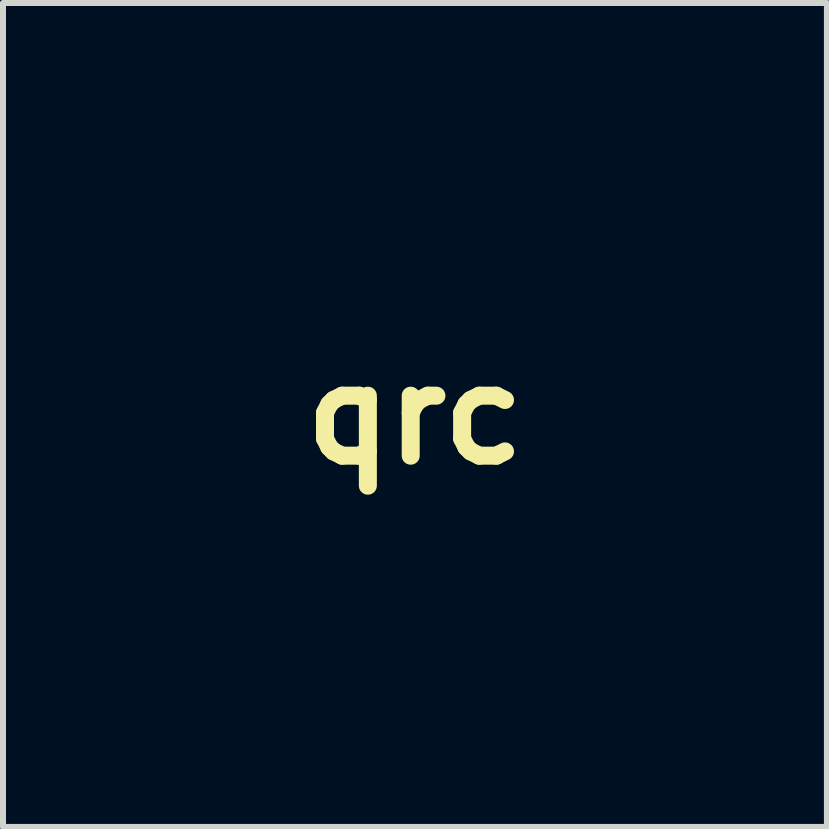
<source format=kicad_pcb>
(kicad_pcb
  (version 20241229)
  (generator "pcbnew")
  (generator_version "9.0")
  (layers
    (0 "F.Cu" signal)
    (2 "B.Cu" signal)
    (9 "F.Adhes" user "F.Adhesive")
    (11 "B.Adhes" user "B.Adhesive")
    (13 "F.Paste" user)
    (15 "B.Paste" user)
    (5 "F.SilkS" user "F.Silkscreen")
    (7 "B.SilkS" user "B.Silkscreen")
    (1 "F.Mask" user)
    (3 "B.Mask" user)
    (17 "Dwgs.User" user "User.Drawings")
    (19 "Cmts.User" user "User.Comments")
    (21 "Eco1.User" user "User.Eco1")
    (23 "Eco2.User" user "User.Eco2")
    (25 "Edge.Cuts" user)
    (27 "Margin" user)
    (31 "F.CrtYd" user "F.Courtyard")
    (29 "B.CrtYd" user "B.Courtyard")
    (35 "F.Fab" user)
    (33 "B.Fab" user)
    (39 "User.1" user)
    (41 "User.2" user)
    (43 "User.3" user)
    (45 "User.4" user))
  (footprint "qrc"
    (layer "F.Cu")
    (at 3.867 3.867)
    (property "Reference" "qrc" (at 0 0 0) (layer "F.SilkS") (effects (font (size 1.5 1.5) (thickness 0.3))))
    (attr board_only exclude_from_pos_files exclude_from_bom)
    (fp_poly (pts (xy -3.067 0) (xy -3.067 0.133) (xy -3.2 0.133) (xy -3.333 0.133) (xy -3.333 0) (xy -3.333 -0.133) (xy -3.2 -0.133) (xy -3.067 -0.133)) (stroke (width 0) (type solid)) (fill yes) (layer "F.Mask"))
    (fp_poly (pts (xy -2.533 -2.933) (xy -2.533 -2.533) (xy -2.933 -2.533) (xy -3.333 -2.533) (xy -3.333 -2.933) (xy -3.333 -3.333) (xy -2.933 -3.333) (xy -2.533 -3.333)) (stroke (width 0) (type solid)) (fill yes) (layer "F.Mask"))
    (fp_poly (pts (xy -2.533 2.933) (xy -2.533 3.333) (xy -2.933 3.333) (xy -3.333 3.333) (xy -3.333 2.933) (xy -3.333 2.533) (xy -2.933 2.533) (xy -2.533 2.533)) (stroke (width 0) (type solid)) (fill yes) (layer "F.Mask"))
    (fp_poly (pts (xy -2 -1.6) (xy -2 -1.467) (xy -2.133 -1.467) (xy -2.267 -1.467) (xy -2.267 -1.6) (xy -2.267 -1.733) (xy -2.133 -1.733) (xy -2 -1.733)) (stroke (width 0) (type solid)) (fill yes) (layer "F.Mask"))
    (fp_poly (pts (xy -1.733 0.267) (xy -1.733 0.4) (xy -1.867 0.4) (xy -2 0.4) (xy -2 0.267) (xy -2 0.133) (xy -1.867 0.133) (xy -1.733 0.133)) (stroke (width 0) (type solid)) (fill yes) (layer "F.Mask"))
    (fp_poly (pts (xy -1.467 3.6) (xy -1.467 3.867) (xy -1.6 3.867) (xy -1.733 3.867) (xy -1.733 3.6) (xy -1.733 3.333) (xy -1.6 3.333) (xy -1.467 3.333)) (stroke (width 0) (type solid)) (fill yes) (layer "F.Mask"))
    (fp_poly (pts (xy -0.4 -1.067) (xy -0.4 -0.933) (xy -0.533 -0.933) (xy -0.667 -0.933) (xy -0.667 -1.067) (xy -0.667 -1.2) (xy -0.533 -1.2) (xy -0.4 -1.2)) (stroke (width 0) (type solid)) (fill yes) (layer "F.Mask"))
    (fp_poly (pts (xy 0.4 0.533) (xy 0.4 0.667) (xy 0.267 0.667) (xy 0.133 0.667) (xy 0.133 0.533) (xy 0.133 0.4) (xy 0.267 0.4) (xy 0.4 0.4)) (stroke (width 0) (type solid)) (fill yes) (layer "F.Mask"))
    (fp_poly (pts (xy 1.733 1.067) (xy 1.733 1.2) (xy 1.467 1.2) (xy 1.2 1.2) (xy 1.2 1.067) (xy 1.2 0.933) (xy 1.467 0.933) (xy 1.733 0.933)) (stroke (width 0) (type solid)) (fill yes) (layer "F.Mask"))
    (fp_poly (pts (xy 2 0.267) (xy 2 0.4) (xy 1.867 0.4) (xy 1.733 0.4) (xy 1.733 0.267) (xy 1.733 0.133) (xy 1.867 0.133) (xy 2 0.133)) (stroke (width 0) (type solid)) (fill yes) (layer "F.Mask"))
    (fp_poly (pts (xy 2.267 2.133) (xy 2.267 2.267) (xy 2.133 2.267) (xy 2 2.267) (xy 2 2.133) (xy 2 2) (xy 2.133 2) (xy 2.267 2)) (stroke (width 0) (type solid)) (fill yes) (layer "F.Mask"))
    (fp_poly (pts (xy 3.333 -2.933) (xy 3.333 -2.533) (xy 2.933 -2.533) (xy 2.533 -2.533) (xy 2.533 -2.933) (xy 2.533 -3.333) (xy 2.933 -3.333) (xy 3.333 -3.333)) (stroke (width 0) (type solid)) (fill yes) (layer "F.Mask"))
    (fp_poly (pts (xy 3.6 0.8) (xy 3.6 0.933) (xy 3.467 0.933) (xy 3.333 0.933) (xy 3.333 0.8) (xy 3.333 0.667) (xy 3.467 0.667) (xy 3.6 0.667)) (stroke (width 0) (type solid)) (fill yes) (layer "F.Mask"))
    (fp_poly (pts (xy 3.867 -1.467) (xy 3.867 -1.2) (xy 3.733 -1.2) (xy 3.6 -1.2) (xy 3.6 -1.467) (xy 3.6 -1.733) (xy 3.733 -1.733) (xy 3.867 -1.733)) (stroke (width 0) (type solid)) (fill yes) (layer "F.Mask"))
    (fp_poly (pts (xy 3.867 -0.533) (xy 3.867 -0.4) (xy 3.733 -0.4) (xy 3.6 -0.4) (xy 3.6 -0.533) (xy 3.6 -0.667) (xy 3.733 -0.667) (xy 3.867 -0.667)) (stroke (width 0) (type solid)) (fill yes) (layer "F.Mask"))
    (fp_poly (pts (xy -0.933 -1.333) (xy -0.933 -1.2) (xy -1.067 -1.2) (xy -1.2 -1.2) (xy -1.2 -1.067) (xy -1.2 -0.933) (xy -1.333 -0.933) (xy -1.467 -0.933) (xy -1.467 -1.067) (xy -1.467 -1.2) (xy -1.333 -1.2) (xy -1.2 -1.2) (xy -1.2 -1.333) (xy -1.2 -1.467) (xy -1.067 -1.467) (xy -0.933 -1.467)) (stroke (width 0) (type solid)) (fill yes) (layer "F.Mask"))
    (fp_poly (pts (xy -2 -2.933) (xy -2 -2) (xy -2.933 -2) (xy -3.867 -2) (xy -3.867 -2.933) (xy -3.867 -3.6) (xy -3.567 -3.6) (xy -3.567 -2.933) (xy -3.567 -2.267) (xy -2.917 -2.267) (xy -2.267 -2.267) (xy -2.267 -2.933) (xy -2.267 -3.6) (xy -2.917 -3.6) (xy -3.567 -3.6) (xy -3.867 -3.6) (xy -3.867 -3.867) (xy -2.933 -3.867) (xy -2 -3.867)) (stroke (width 0) (type solid)) (fill yes) (layer "F.Mask"))
    (fp_poly (pts (xy -2 2.933) (xy -2 3.867) (xy -2.933 3.867) (xy -3.867 3.867) (xy -3.867 2.933) (xy -3.867 2.267) (xy -3.567 2.267) (xy -3.567 2.933) (xy -3.567 3.6) (xy -2.917 3.6) (xy -2.267 3.6) (xy -2.267 2.933) (xy -2.267 2.267) (xy -2.917 2.267) (xy -3.567 2.267) (xy -3.867 2.267) (xy -3.867 2) (xy -2.933 2) (xy -2 2)) (stroke (width 0) (type solid)) (fill yes) (layer "F.Mask"))
    (fp_poly (pts (xy 3.867 -2.933) (xy 3.867 -2) (xy 2.933 -2) (xy 2 -2) (xy 2 -2.933) (xy 2 -3.6) (xy 2.3 -3.6) (xy 2.3 -2.933) (xy 2.3 -2.267) (xy 2.95 -2.267) (xy 3.6 -2.267) (xy 3.6 -2.933) (xy 3.6 -3.6) (xy 2.95 -3.6) (xy 2.3 -3.6) (xy 2 -3.6) (xy 2 -3.867) (xy 2.933 -3.867) (xy 3.867 -3.867)) (stroke (width 0) (type solid)) (fill yes) (layer "F.Mask"))
    (fp_poly (pts (xy -3.333 -1.6) (xy -3.333 -1.467) (xy -3.2 -1.467) (xy -3.067 -1.467) (xy -3.067 -1.333) (xy -3.067 -1.2) (xy -2.933 -1.2) (xy -2.8 -1.2) (xy -2.8 -1.333) (xy -2.8 -1.467) (xy -2.933 -1.467) (xy -3.067 -1.467) (xy -3.067 -1.6) (xy -3.067 -1.733) (xy -2.8 -1.733) (xy -2.533 -1.733) (xy -2.533 -1.333) (xy -2.533 -0.933) (xy -2.4 -0.933) (xy -2.267 -0.933) (xy -2.267 -1.067) (xy -2.267 -1.2) (xy -2.133 -1.2) (xy -2 -1.2) (xy -2 -1.067) (xy -2 -0.933) (xy -2.133 -0.933) (xy -2.267 -0.933) (xy -2.267 -0.8) (xy -2.267 -0.667) (xy -2.4 -0.667) (xy -2.533 -0.667) (xy -2.533 -0.533) (xy -2.533 -0.4) (xy -2.667 -0.4) (xy -2.8 -0.4) (xy -2.8 -0.267) (xy -2.8 -0.133) (xy -2.933 -0.133) (xy -3.067 -0.133) (xy -3.067 -0.267) (xy -3.067 -0.4) (xy -3.2 -0.4) (xy -3.333 -0.4) (xy -3.333 -0.267) (xy -3.333 -0.133) (xy -3.467 -0.133) (xy -3.6 -0.133) (xy -3.6 0) (xy -3.6 0.133) (xy -3.733 0.133) (xy -3.867 0.133) (xy -3.867 -0.133) (xy -3.867 -0.4) (xy -3.6 -0.4) (xy -3.333 -0.4) (xy -3.333 -0.533) (xy -3.333 -0.667) (xy -3.067 -0.667) (xy -2.8 -0.667) (xy -2.8 -0.8) (xy -2.8 -0.933) (xy -3.2 -0.933) (xy -3.6 -0.933) (xy -3.6 -0.8) (xy -3.6 -0.667) (xy -3.733 -0.667) (xy -3.867 -0.667) (xy -3.867 -1.2) (xy -3.867 -1.733) (xy -3.6 -1.733) (xy -3.333 -1.733)) (stroke (width 0) (type solid)) (fill yes) (layer "F.Mask"))
    (fp_poly (pts (xy -0.667 -3.733) (xy -0.667 -3.6) (xy -0.533 -3.6) (xy -0.4 -3.6) (xy -0.4 -3.733) (xy -0.4 -3.867) (xy 0 -3.867) (xy 0.4 -3.867) (xy 0.4 -3.6) (xy 0.4 -3.333) (xy 0.267 -3.333) (xy 0.133 -3.333) (xy 0.133 -3.2) (xy 0.133 -3.067) (xy 0.267 -3.067) (xy 0.4 -3.067) (xy 0.4 -2.8) (xy 0.4 -2.533) (xy 0.267 -2.533) (xy 0.133 -2.533) (xy 0.133 -2.133) (xy 0.133 -1.733) (xy 0.4 -1.733) (xy 0.667 -1.733) (xy 0.667 -1.867) (xy 0.667 -2) (xy 0.533 -2) (xy 0.4 -2) (xy 0.4 -2.133) (xy 0.4 -2.267) (xy 0.533 -2.267) (xy 0.667 -2.267) (xy 0.667 -2.133) (xy 0.667 -2) (xy 0.8 -2) (xy 0.933 -2) (xy 0.933 -2.267) (xy 0.933 -2.533) (xy 0.8 -2.533) (xy 0.667 -2.533) (xy 0.667 -3.2) (xy 0.667 -3.867) (xy 0.8 -3.867) (xy 0.933 -3.867) (xy 0.933 -3.6) (xy 0.933 -3.333) (xy 1.067 -3.333) (xy 1.2 -3.333) (xy 1.2 -3.2) (xy 1.2 -3.067) (xy 1.067 -3.067) (xy 0.933 -3.067) (xy 0.933 -2.8) (xy 0.933 -2.533) (xy 1.067 -2.533) (xy 1.2 -2.533) (xy 1.2 -2.667) (xy 1.2 -2.8) (xy 1.333 -2.8) (xy 1.467 -2.8) (xy 1.467 -3.2) (xy 1.467 -3.6) (xy 1.333 -3.6) (xy 1.2 -3.6) (xy 1.2 -3.733) (xy 1.2 -3.867) (xy 1.467 -3.867) (xy 1.733 -3.867) (xy 1.733 -3.333) (xy 1.733 -2.8) (xy 1.6 -2.8) (xy 1.467 -2.8) (xy 1.467 -2.533) (xy 1.467 -2.267) (xy 1.333 -2.267) (xy 1.2 -2.267) (xy 1.2 -2) (xy 1.2 -1.733) (xy 1.067 -1.733) (xy 0.933 -1.733) (xy 0.933 -1.6) (xy 0.933 -1.467) (xy 0.533 -1.467) (xy 0.133 -1.467) (xy 0.133 -1.2) (xy 0.133 -0.933) (xy 0.267 -0.933) (xy 0.4 -0.933) (xy 0.4 -0.8) (xy 0.4 -0.667) (xy 0.533 -0.667) (xy 0.667 -0.667) (xy 0.667 -0.8) (xy 0.667 -0.933) (xy 0.8 -0.933) (xy 0.933 -0.933) (xy 0.933 -0.667) (xy 0.933 -0.4) (xy 1.067 -0.4) (xy 1.2 -0.4) (xy 1.2 -0.667) (xy 1.2 -0.933) (xy 1.333 -0.933) (xy 1.467 -0.933) (xy 1.467 -1.067) (xy 1.467 -1.2) (xy 1.6 -1.2) (xy 1.733 -1.2) (xy 1.733 -1.067) (xy 1.733 -0.933) (xy 1.867 -0.933) (xy 2 -0.933) (xy 2 -0.8) (xy 2 -0.667) (xy 2.133 -0.667) (xy 2.267 -0.667) (xy 2.267 -0.533) (xy 2.267 -0.4) (xy 2.4 -0.4) (xy 2.533 -0.4) (xy 2.533 -0.667) (xy 2.533 -0.933) (xy 2.667 -0.933) (xy 2.8 -0.933) (xy 2.8 -1.067) (xy 2.8 -1.2) (xy 2.667 -1.2) (xy 2.533 -1.2) (xy 2.533 -1.067) (xy 2.533 -0.933) (xy 2.4 -0.933) (xy 2.267 -0.933) (xy 2.267 -1.067) (xy 2.267 -1.2) (xy 2 -1.2) (xy 1.733 -1.2) (xy 1.733 -1.333) (xy 1.733 -1.467) (xy 1.467 -1.467) (xy 1.2 -1.467) (xy 1.2 -1.6) (xy 1.2 -1.733) (xy 1.333 -1.733) (xy 1.467 -1.733) (xy 1.467 -2) (xy 1.467 -2.267) (xy 1.6 -2.267) (xy 1.733 -2.267) (xy 1.733 -1.867) (xy 1.733 -1.467) (xy 1.867 -1.467) (xy 2 -1.467) (xy 2 -1.6) (xy 2 -1.733) (xy 2.133 -1.733) (xy 2.267 -1.733) (xy 2.267 -1.467) (xy 2.267 -1.2) (xy 2.4 -1.2) (xy 2.533 -1.2) (xy 2.533 -1.333) (xy 2.533 -1.467) (xy 2.933 -1.467) (xy 3.333 -1.467) (xy 3.333 -1.333) (xy 3.333 -1.2) (xy 3.2 -1.2) (xy 3.067 -1.2) (xy 3.067 -0.933) (xy 3.067 -0.667) (xy 3.2 -0.667) (xy 3.333 -0.667) (xy 3.333 -0.8) (xy 3.333 -0.933) (xy 3.467 -0.933) (xy 3.6 -0.933) (xy 3.6 -0.8) (xy 3.6 -0.667) (xy 3.467 -0.667) (xy 3.333 -0.667) (xy 3.333 -0.4) (xy 3.333 -0.133) (xy 3.467 -0.133) (xy 3.6 -0.133) (xy 3.6 0) (xy 3.6 0.133) (xy 3.467 0.133) (xy 3.333 0.133) (xy 3.333 0.4) (xy 3.333 0.667) (xy 3.2 0.667) (xy 3.067 0.667) (xy 3.067 0.8) (xy 3.067 0.933) (xy 2.667 0.933) (xy 2.267 0.933) (xy 2.267 1.067) (xy 2.267 1.2) (xy 2.933 1.2) (xy 3.6 1.2) (xy 3.6 1.333) (xy 3.6 1.467) (xy 3.733 1.467) (xy 3.867 1.467) (xy 3.867 1.733) (xy 3.867 2) (xy 3.733 2) (xy 3.6 2) (xy 3.6 1.867) (xy 3.6 1.733) (xy 3.467 1.733) (xy 3.333 1.733) (xy 3.333 1.867) (xy 3.333 2) (xy 3.2 2) (xy 3.067 2) (xy 3.067 2.133) (xy 3.067 2.267) (xy 2.933 2.267) (xy 2.8 2.267) (xy 2.8 2.4) (xy 2.8 2.533) (xy 2.933 2.533) (xy 3.067 2.533) (xy 3.067 2.4) (xy 3.067 2.267) (xy 3.2 2.267) (xy 3.333 2.267) (xy 3.333 2.4) (xy 3.333 2.533) (xy 3.2 2.533) (xy 3.067 2.533) (xy 3.067 2.667) (xy 3.067 2.8) (xy 3.2 2.8) (xy 3.333 2.8) (xy 3.333 2.667) (xy 3.333 2.533) (xy 3.467 2.533) (xy 3.6 2.533) (xy 3.6 2.8) (xy 3.6 3.067) (xy 3.733 3.067) (xy 3.867 3.067) (xy 3.867 3.2) (xy 3.867 3.333) (xy 3.733 3.333) (xy 3.6 3.333) (xy 3.6 3.467) (xy 3.6 3.6) (xy 3.467 3.6) (xy 3.333 3.6) (xy 3.333 3.467) (xy 3.333 3.333) (xy 3.2 3.333) (xy 3.067 3.333) (xy 3.067 3.6) (xy 3.067 3.867) (xy 2.533 3.867) (xy 2 3.867) (xy 2 3.733) (xy 2 3.6) (xy 2.267 3.6) (xy 2.533 3.6) (xy 2.8 3.6) (xy 2.8 3.2) (xy 2.8 2.8) (xy 2.667 2.8) (xy 2.533 2.8) (xy 2.533 3.067) (xy 2.533 3.333) (xy 2.4 3.333) (xy 2.267 3.333) (xy 2.267 3.467) (xy 2.267 3.6) (xy 2 3.6) (xy 1.867 3.6) (xy 1.733 3.6) (xy 1.733 3.733) (xy 1.733 3.867) (xy 1.6 3.867) (xy 1.467 3.867) (xy 1.467 3.733) (xy 1.467 3.6) (xy 1.6 3.6) (xy 1.733 3.6) (xy 1.733 3.467) (xy 1.733 3.333) (xy 1.867 3.333) (xy 2 3.333) (xy 2 3.2) (xy 2 3.067) (xy 1.867 3.067) (xy 1.733 3.067) (xy 1.733 2.933) (xy 1.733 2.8) (xy 2 2.8) (xy 2 2.933) (xy 2 3.067) (xy 2.133 3.067) (xy 2.267 3.067) (xy 2.267 2.933) (xy 2.267 2.8) (xy 2.133 2.8) (xy 2 2.8) (xy 1.733 2.8) (xy 1.467 2.8) (xy 1.2 2.8) (xy 1.2 2.933) (xy 1.2 3.067) (xy 1.067 3.067) (xy 0.933 3.067) (xy 0.933 3.2) (xy 0.933 3.333) (xy 1.067 3.333) (xy 1.2 3.333) (xy 1.2 3.467) (xy 1.2 3.6) (xy 0.933 3.6) (xy 0.667 3.6) (xy 0.667 3.733) (xy 0.667 3.867) (xy 0.267 3.867) (xy -0.133 3.867) (xy -0.133 3.733) (xy -0.133 3.6) (xy 0 3.6) (xy 0.133 3.6) (xy 0.133 3.333) (xy 0.4 3.333) (xy 0.4 3.467) (xy 0.4 3.6) (xy 0.533 3.6) (xy 0.667 3.6) (xy 0.667 3.467) (xy 0.667 3.333) (xy 0.533 3.333) (xy 0.4 3.333) (xy 0.133 3.333) (xy 0.133 3.067) (xy 0 3.067) (xy -0.133 3.067) (xy -0.133 3.2) (xy -0.133 3.333) (xy -0.4 3.333) (xy -0.667 3.333) (xy -0.667 3.467) (xy -0.667 3.6) (xy -0.8 3.6) (xy -0.933 3.6) (xy -0.933 3.467) (xy -0.933 3.333) (xy -1.067 3.333) (xy -1.2 3.333) (xy -1.2 3.2) (xy -1.2 3.067) (xy -0.8 3.067) (xy -0.4 3.067) (xy -0.4 2.933) (xy -0.4 2.8) (xy -0.667 2.8) (xy -0.933 2.8) (xy -0.933 2.667) (xy -0.933 2.533) (xy -1.2 2.533) (xy -1.467 2.533) (xy -1.467 2.8) (xy -1.467 3.067) (xy -1.6 3.067) (xy -1.733 3.067) (xy -1.733 2.8) (xy -1.733 2.533) (xy -1.6 2.533) (xy -1.467 2.533) (xy -1.467 2.4) (xy -1.467 2.267) (xy -1.2 2.267) (xy -0.933 2.267) (xy -0.933 2.133) (xy -0.933 2) (xy -0.8 2) (xy -0.667 2) (xy -0.667 2.133) (xy -0.667 2.267) (xy -0.533 2.267) (xy -0.4 2.267) (xy -0.4 2.133) (xy -0.4 2) (xy -0.533 2) (xy -0.667 2) (xy -0.667 1.867) (xy -0.667 1.733) (xy -0.933 1.733) (xy -1.2 1.733) (xy -1.2 1.867) (xy -1.2 2) (xy -1.467 2) (xy -1.733 2) (xy -1.733 1.867) (xy -1.733 1.733) (xy -2.267 1.733) (xy -2.8 1.733) (xy -2.8 1.6) (xy -2.8 1.467) (xy -2.933 1.467) (xy -3.067 1.467) (xy -3.067 1.6) (xy -3.067 1.733) (xy -3.467 1.733) (xy -3.867 1.733) (xy -3.867 1.067) (xy -3.867 0.4) (xy -3.733 0.4) (xy -3.6 0.4) (xy -3.6 0.667) (xy -3.6 0.933) (xy -3.467 0.933) (xy -3.333 0.933) (xy -3.333 1.067) (xy -3.333 1.2) (xy -3.2 1.2) (xy -3.067 1.2) (xy -2.533 1.2) (xy -2.4 1.2) (xy -2.267 1.2) (xy -2.267 1.333) (xy -2.267 1.467) (xy -2 1.467) (xy -1.733 1.467) (xy -1.467 1.467) (xy -1.333 1.467) (xy -1.2 1.467) (xy -1.2 1.2) (xy -0.933 1.2) (xy -0.8 1.2) (xy -0.667 1.2) (xy -0.667 1.467) (xy -0.667 1.733) (xy -0.533 1.733) (xy -0.4 1.733) (xy -0.4 1.467) (xy -0.4 1.2) (xy -0.533 1.2) (xy -0.667 1.2) (xy -0.667 1.067) (xy -0.667 0.933) (xy 0 0.933) (xy 0.667 0.933) (xy 0.667 1.067) (xy 0.667 1.2) (xy 0.8 1.2) (xy 0.933 1.2) (xy 0.933 1.333) (xy 0.933 1.467) (xy 0.8 1.467) (xy 0.667 1.467) (xy 0.667 1.867) (xy 0.667 2.267) (xy 0.533 2.267) (xy 0.4 2.267) (xy 0.4 2.533) (xy 0.4 2.8) (xy 0.267 2.8) (xy 0.133 2.8) (xy 0.133 2) (xy 0.133 1.2) (xy 0 1.2) (xy -0.133 1.2) (xy -0.133 2) (xy -0.133 2.8) (xy 0 2.8) (xy 0.133 2.8) (xy 0.133 2.933) (xy 0.133 3.067) (xy 0.533 3.067) (xy 0.933 3.067) (xy 0.933 2.8) (xy 0.933 2.533) (xy 0.8 2.533) (xy 0.667 2.533) (xy 0.667 2.4) (xy 0.667 2.267) (xy 0.933 2.267) (xy 1.2 2.267) (xy 1.2 2.133) (xy 1.2 2) (xy 1.067 2) (xy 0.933 2) (xy 0.933 1.733) (xy 1.733 1.733) (xy 1.733 2.133) (xy 1.733 2.533) (xy 2.133 2.533) (xy 2.533 2.533) (xy 2.533 2.133) (xy 2.533 1.733) (xy 2.133 1.733) (xy 1.733 1.733) (xy 0.933 1.733) (xy 0.933 1.467) (xy 1.467 1.467) (xy 2 1.467) (xy 2.8 1.467) (xy 2.8 1.733) (xy 2.8 2) (xy 2.933 2) (xy 3.067 2) (xy 3.067 1.733) (xy 3.067 1.467) (xy 2.933 1.467) (xy 2.8 1.467) (xy 2 1.467) (xy 2 1.067) (xy 2 0.667) (xy 2.267 0.667) (xy 2.533 0.667) (xy 2.533 0.533) (xy 2.533 0.4) (xy 2.4 0.4) (xy 2.267 0.4) (xy 2.267 0.267) (xy 2.267 0.133) (xy 2.533 0.133) (xy 2.667 0.133) (xy 2.8 0.133) (xy 2.8 0.4) (xy 2.8 0.667) (xy 2.933 0.667) (xy 3.067 0.667) (xy 3.067 0.133) (xy 3.067 -0.4) (xy 2.933 -0.4) (xy 2.8 -0.4) (xy 2.8 -0.267) (xy 2.8 -0.133) (xy 2.667 -0.133) (xy 2.533 -0.133) (xy 2.533 0) (xy 2.533 0.133) (xy 2.267 0.133) (xy 2.133 0.133) (xy 2 0.133) (xy 2 -0.133) (xy 2 -0.4) (xy 1.6 -0.4) (xy 1.2 -0.4) (xy 1.2 -0.267) (xy 1.2 -0.133) (xy 1.067 -0.133) (xy 0.933 -0.133) (xy 0.933 0) (xy 0.933 0.133) (xy 1.067 0.133) (xy 1.2 0.133) (xy 1.2 0) (xy 1.2 -0.133) (xy 1.467 -0.133) (xy 1.733 -0.133) (xy 1.733 0) (xy 1.733 0.133) (xy 1.6 0.133) (xy 1.467 0.133) (xy 1.467 0.267) (xy 1.467 0.4) (xy 1.333 0.4) (xy 1.2 0.4) (xy 1.2 0.533) (xy 1.2 0.667) (xy 1.067 0.667) (xy 0.933 0.667) (xy 0.933 0.8) (xy 0.933 0.933) (xy 0.8 0.933) (xy 0.667 0.933) (xy 0.667 0.667) (xy 0.667 0.4) (xy 0.533 0.4) (xy 0.4 0.4) (xy 0.4 0.267) (xy 0.4 0.133) (xy 0.267 0.133) (xy 0.133 0.133) (xy 0.133 0.267) (xy 0.133 0.4) (xy -0.133 0.4) (xy -0.4 0.4) (xy -0.4 0.533) (xy -0.4 0.667) (xy -0.533 0.667) (xy -0.667 0.667) (xy -0.667 0.8) (xy -0.667 0.933) (xy -0.8 0.933) (xy -0.933 0.933) (xy -0.933 1.067) (xy -0.933 1.2) (xy -1.2 1.2) (xy -1.2 1.067) (xy -1.2 0.667) (xy -1.067 0.667) (xy -0.933 0.667) (xy -0.933 0.533) (xy -0.933 0.4) (xy -1.067 0.4) (xy -1.2 0.4) (xy -1.2 0.533) (xy -1.2 0.667) (xy -1.333 0.667) (xy -1.467 0.667) (xy -1.467 1.067) (xy -1.467 1.467) (xy -1.733 1.467) (xy -1.733 1.333) (xy -1.733 1.2) (xy -2 1.2) (xy -2.267 1.2) (xy -2.267 1.067) (xy -2.267 0.933) (xy -2 0.933) (xy -1.733 0.933) (xy -1.733 0.667) (xy -1.733 0.4) (xy -1.6 0.4) (xy -1.467 0.4) (xy -1.467 0.267) (xy -1.467 0.133) (xy -1.6 0.133) (xy -1.733 0.133) (xy -1.733 0) (xy -1.733 -0.133) (xy -1.867 -0.133) (xy -2 -0.133) (xy -2 0) (xy -2 0.133) (xy -2.133 0.133) (xy -2.267 0.133) (xy -2.267 0.267) (xy -2.267 0.4) (xy -2.133 0.4) (xy -2 0.4) (xy -2 0.533) (xy -2 0.667) (xy -2.133 0.667) (xy -2.267 0.667) (xy -2.267 0.8) (xy -2.267 0.933) (xy -2.4 0.933) (xy -2.533 0.933) (xy -2.533 1.067) (xy -2.533 1.2) (xy -3.067 1.2) (xy -3.067 0.933) (xy -3.067 0.667) (xy -3.2 0.667) (xy -3.333 0.667) (xy -3.333 0.533) (xy -3.333 0.4) (xy -3.2 0.4) (xy -3.067 0.4) (xy -3.067 0.267) (xy -3.067 0.133) (xy -2.933 0.133) (xy -2.8 0.133) (xy -2.8 0.267) (xy -2.8 0.4) (xy -2.933 0.4) (xy -3.067 0.4) (xy -3.067 0.533) (xy -3.067 0.667) (xy -2.933 0.667) (xy -2.8 0.667) (xy -2.8 0.533) (xy -2.8 0.4) (xy -2.667 0.4) (xy -2.533 0.4) (xy -2.533 0.133) (xy -2.533 -0.133) (xy -2.267 -0.133) (xy -2 -0.133) (xy -2 -0.267) (xy -2 -0.4) (xy -2.133 -0.4) (xy -2.267 -0.4) (xy -2.267 -0.533) (xy -2.267 -0.667) (xy -2.133 -0.667) (xy -2 -0.667) (xy -2 -0.8) (xy -2 -0.933) (xy -1.867 -0.933) (xy -1.733 -0.933) (xy -1.733 -0.8) (xy -1.733 -0.667) (xy -1.867 -0.667) (xy -2 -0.667) (xy -2 -0.533) (xy -2 -0.4) (xy -1.733 -0.4) (xy -1.467 -0.4) (xy -1.467 -0.267) (xy -1.467 -0.133) (xy -1.333 -0.133) (xy -1.2 -0.133) (xy -1.2 -0.267) (xy -1.2 -0.4) (xy -1.333 -0.4) (xy -1.467 -0.4) (xy -1.467 -0.533) (xy -1.467 -0.667) (xy -1.2 -0.667) (xy -0.933 -0.667) (xy -0.933 -0.4) (xy -0.933 -0.133) (xy -1.067 -0.133) (xy -1.2 -0.133) (xy -1.2 0) (xy -1.2 0.133) (xy -1.067 0.133) (xy -0.933 0.133) (xy -0.933 0.267) (xy -0.933 0.4) (xy -0.8 0.4) (xy -0.667 0.4) (xy -0.667 0.267) (xy -0.667 0.133) (xy -0.4 0.133) (xy -0.133 0.133) (xy -0.133 0) (xy -0.133 -0.133) (xy 0.4 -0.133) (xy 0.933 -0.133) (xy 0.933 -0.267) (xy 0.933 -0.4) (xy 0.667 -0.4) (xy 0.4 -0.4) (xy 0.4 -0.533) (xy 0.4 -0.667) (xy 0.267 -0.667) (xy 0.133 -0.667) (xy 0.133 -0.533) (xy 0.133 -0.4) (xy -0.133 -0.4) (xy -0.4 -0.4) (xy -0.4 -0.267) (xy -0.4 -0.133) (xy -0.533 -0.133) (xy -0.667 -0.133) (xy -0.667 -0.267) (xy -0.667 -0.4) (xy -0.533 -0.4) (xy -0.4 -0.4) (xy -0.4 -0.533) (xy -0.4 -0.667) (xy -0.267 -0.667) (xy -0.133 -0.667) (xy -0.133 -1.067) (xy -0.133 -1.467) (xy -0.4 -1.467) (xy -0.667 -1.467) (xy -0.667 -1.867) (xy -0.667 -2.267) (xy -0.8 -2.267) (xy -0.933 -2.267) (xy -0.933 -2.133) (xy -0.933 -2) (xy -1.067 -2) (xy -1.2 -2) (xy -1.2 -1.733) (xy -1.2 -1.467) (xy -1.333 -1.467) (xy -1.467 -1.467) (xy -1.467 -1.6) (xy -1.467 -1.733) (xy -1.6 -1.733) (xy -1.733 -1.733) (xy -1.733 -2) (xy -1.467 -2) (xy -1.333 -2) (xy -1.2 -2) (xy -1.2 -2.133) (xy -1.2 -2.267) (xy -1.067 -2.267) (xy -0.933 -2.267) (xy -0.933 -2.4) (xy -0.933 -2.533) (xy -0.667 -2.533) (xy -0.667 -2.4) (xy -0.667 -2.267) (xy -0.533 -2.267) (xy -0.4 -2.267) (xy -0.4 -2) (xy -0.4 -1.733) (xy -0.267 -1.733) (xy -0.133 -1.733) (xy -0.133 -2) (xy -0.133 -2.267) (xy -0.267 -2.267) (xy -0.4 -2.267) (xy -0.4 -2.4) (xy -0.4 -2.533) (xy -0.533 -2.533) (xy -0.667 -2.533) (xy -0.933 -2.533) (xy -1.067 -2.533) (xy -1.2 -2.533) (xy -1.2 -2.4) (xy -1.2 -2.267) (xy -1.333 -2.267) (xy -1.467 -2.267) (xy -1.467 -2.133) (xy -1.467 -2) (xy -1.733 -2) (xy -1.733 -2.267) (xy -1.6 -2.267) (xy -1.467 -2.267) (xy -1.467 -2.4) (xy -1.467 -2.533) (xy -1.333 -2.533) (xy -1.2 -2.533) (xy -1.2 -2.8) (xy -1.2 -3.067) (xy -1.333 -3.067) (xy -1.467 -3.067) (xy -1.467 -3.2) (xy -1.467 -3.333) (xy -1.333 -3.333) (xy -1.2 -3.333) (xy -1.2 -3.2) (xy -1.2 -3.067) (xy -1.067 -3.067) (xy -0.933 -3.067) (xy -0.933 -3.333) (xy -0.667 -3.333) (xy -0.667 -3.067) (xy -0.667 -2.8) (xy -0.4 -2.8) (xy -0.133 -2.8) (xy -0.133 -2.667) (xy -0.133 -2.533) (xy 0 -2.533) (xy 0.133 -2.533) (xy 0.133 -2.667) (xy 0.133 -2.8) (xy 0 -2.8) (xy -0.133 -2.8) (xy -0.133 -2.933) (xy -0.133 -3.067) (xy -0.267 -3.067) (xy -0.4 -3.067) (xy -0.4 -3.2) (xy -0.4 -3.333) (xy -0.533 -3.333) (xy -0.667 -3.333) (xy -0.933 -3.333) (xy -0.933 -3.6) (xy -1.333 -3.6) (xy -1.733 -3.6) (xy -1.733 -3.733) (xy -1.733 -3.867) (xy -1.2 -3.867) (xy -0.667 -3.867)) (stroke (width 0) (type solid)) (fill yes) (layer "F.Mask")))
  (gr_rect
    (start -3 -3)
    (end 10.733 10.733)
    (stroke (width 0.1) (type default))
    (fill no)
    (layer "Edge.Cuts")))
</source>
